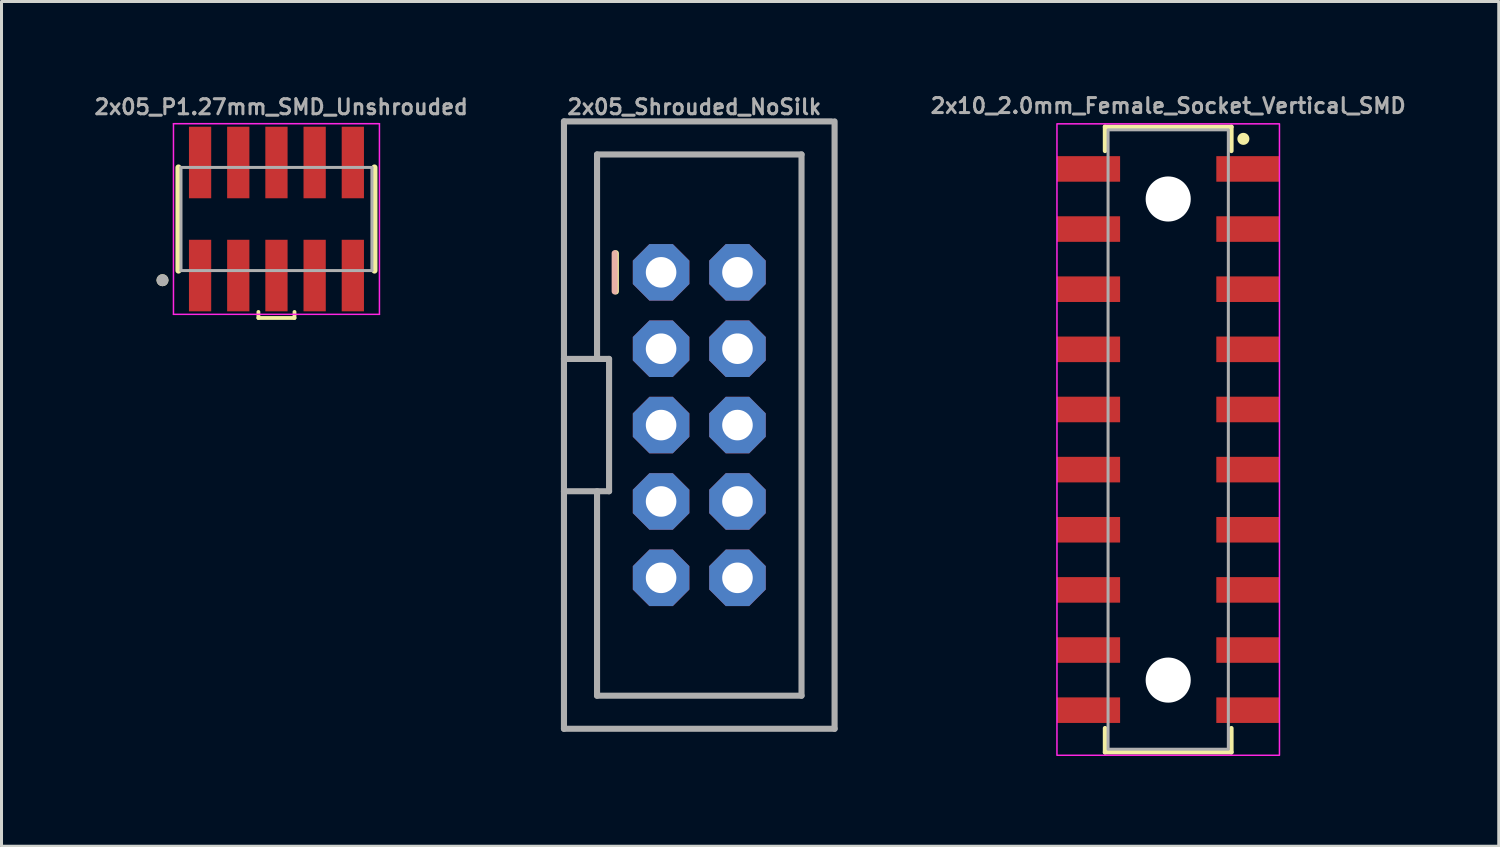
<source format=kicad_pcb>
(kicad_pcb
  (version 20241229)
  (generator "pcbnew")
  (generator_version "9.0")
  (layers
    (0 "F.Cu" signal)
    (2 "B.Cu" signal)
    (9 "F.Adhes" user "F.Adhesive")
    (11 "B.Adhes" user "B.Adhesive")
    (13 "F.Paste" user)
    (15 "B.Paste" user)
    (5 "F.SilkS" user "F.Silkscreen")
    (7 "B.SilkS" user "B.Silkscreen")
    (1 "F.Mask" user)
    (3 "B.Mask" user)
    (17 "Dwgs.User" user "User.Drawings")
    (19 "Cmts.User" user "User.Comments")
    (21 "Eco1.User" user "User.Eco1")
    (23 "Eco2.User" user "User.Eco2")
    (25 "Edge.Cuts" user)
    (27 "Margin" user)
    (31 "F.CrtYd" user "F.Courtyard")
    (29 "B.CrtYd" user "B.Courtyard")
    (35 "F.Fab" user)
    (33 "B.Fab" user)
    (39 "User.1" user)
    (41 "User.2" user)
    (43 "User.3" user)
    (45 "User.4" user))
  (footprint "2x10_2.0mm_Female_Socket_Vertical_SMD"
    (layer "F.Cu")
    (at 35.801 11.568)
    (property "Reference" "2x10_2.0mm_Female_Socket_Vertical_SMD" (at 0 -11.1 0) (unlocked yes) (layer "F.Fab") (effects (font (size 0.5 0.5) (thickness 0.1))))
    (attr smd)
    (fp_line (start -2.1 -10.4) (end 2.1 -10.4) (stroke (width 0.15) (type default)) (layer "F.SilkS"))
    (fp_line (start -2.1 -9.6) (end -2.1 -10.4) (stroke (width 0.15) (type default)) (layer "F.SilkS"))
    (fp_line (start -2.1 10.4) (end -2.1 9.6) (stroke (width 0.15) (type default)) (layer "F.SilkS"))
    (fp_line (start 2.1 -10.4) (end 2.1 -9.6) (stroke (width 0.15) (type default)) (layer "F.SilkS"))
    (fp_line (start 2.1 9.6) (end 2.1 10.4) (stroke (width 0.15) (type default)) (layer "F.SilkS"))
    (fp_line (start 2.1 10.4) (end -2.1 10.4) (stroke (width 0.15) (type default)) (layer "F.SilkS"))
    (fp_circle (center 2.5 -10) (end 2.6 -10) (stroke (width 0.2) (type solid)) (fill yes) (layer "F.SilkS"))
    (fp_rect (start -3.7 -10.5) (end 3.7 10.5) (stroke (width 0.05) (type default)) (fill no) (layer "F.CrtYd"))
    (fp_rect (start -2 -10.3) (end 2 10.3) (stroke (width 0.1) (type default)) (fill no) (layer "F.Fab"))
    (pad "" np_thru_hole circle (at 0 -8) (size 1.5 1.5) (drill 1.5) (layers "*.Cu" "*.Mask"))
    (pad "" np_thru_hole circle (at 0 8) (size 1.5 1.5) (drill 1.5) (layers "*.Cu" "*.Mask"))
    (pad "1" smd rect (at 2.65 -9) (size 2.1 0.85) (layers "F.Cu" "F.Mask" "F.Paste"))
    (pad "2" smd rect (at -2.65 -9) (size 2.1 0.85) (layers "F.Cu" "F.Mask" "F.Paste"))
    (pad "3" smd rect (at 2.65 -7) (size 2.1 0.85) (layers "F.Cu" "F.Mask" "F.Paste"))
    (pad "4" smd rect (at -2.65 -7) (size 2.1 0.85) (layers "F.Cu" "F.Mask" "F.Paste"))
    (pad "5" smd rect (at 2.65 -5) (size 2.1 0.85) (layers "F.Cu" "F.Mask" "F.Paste"))
    (pad "6" smd rect (at -2.65 -5) (size 2.1 0.85) (layers "F.Cu" "F.Mask" "F.Paste"))
    (pad "7" smd rect (at 2.65 -3) (size 2.1 0.85) (layers "F.Cu" "F.Mask" "F.Paste"))
    (pad "8" smd rect (at -2.65 -3) (size 2.1 0.85) (layers "F.Cu" "F.Mask" "F.Paste"))
    (pad "9" smd rect (at 2.65 -1) (size 2.1 0.85) (layers "F.Cu" "F.Mask" "F.Paste"))
    (pad "10" smd rect (at -2.65 -1) (size 2.1 0.85) (layers "F.Cu" "F.Mask" "F.Paste"))
    (pad "11" smd rect (at 2.65 1) (size 2.1 0.85) (layers "F.Cu" "F.Mask" "F.Paste"))
    (pad "12" smd rect (at -2.65 1) (size 2.1 0.85) (layers "F.Cu" "F.Mask" "F.Paste"))
    (pad "13" smd rect (at 2.65 3) (size 2.1 0.85) (layers "F.Cu" "F.Mask" "F.Paste"))
    (pad "14" smd rect (at -2.65 3) (size 2.1 0.85) (layers "F.Cu" "F.Mask" "F.Paste"))
    (pad "15" smd rect (at 2.65 5) (size 2.1 0.85) (layers "F.Cu" "F.Mask" "F.Paste"))
    (pad "16" smd rect (at -2.65 5) (size 2.1 0.85) (layers "F.Cu" "F.Mask" "F.Paste"))
    (pad "17" smd rect (at 2.65 7) (size 2.1 0.85) (layers "F.Cu" "F.Mask" "F.Paste"))
    (pad "18" smd rect (at -2.65 7) (size 2.1 0.85) (layers "F.Cu" "F.Mask" "F.Paste"))
    (pad "19" smd rect (at 2.65 9) (size 2.1 0.85) (layers "F.Cu" "F.Mask" "F.Paste"))
    (pad "20" smd rect (at -2.65 9) (size 2.1 0.85) (layers "F.Cu" "F.Mask" "F.Paste")))
  (footprint "2x05_P1.27mm_SMD_Unshrouded"
    (layer "F.Cu")
    (at 6.144 4.234)
    (property "Reference" "2x05_P1.27mm_SMD_Unshrouded" (at 0.158 -3.434 0) (unlocked yes) (layer "F.Fab") (effects (font (size 0.5 0.5) (thickness 0.1) (bold yes)) (justify bottom)))
    (attr smd)
    (fp_line (start -3.26 -1.715) (end -3.26 1.715) (stroke (width 0.2) (type solid)) (layer "F.SilkS"))
    (fp_line (start -0.6 3.09) (end -0.6 3.29) (stroke (width 0.127) (type solid)) (layer "F.SilkS"))
    (fp_line (start -0.6 3.29) (end 0.6 3.29) (stroke (width 0.127) (type solid)) (layer "F.SilkS"))
    (fp_line (start 0.6 3.29) (end 0.6 3.09) (stroke (width 0.127) (type solid)) (layer "F.SilkS"))
    (fp_line (start 3.26 1.715) (end 3.26 -1.715) (stroke (width 0.2) (type solid)) (layer "F.SilkS"))
    (fp_circle (center -3.79 2.035) (end -3.69 2.035) (stroke (width 0.2) (type solid)) (fill no) (layer "F.SilkS"))
    (fp_line (start -3.425 -3.17) (end 3.425 -3.17) (stroke (width 0.05) (type solid)) (layer "F.CrtYd"))
    (fp_line (start -3.425 3.17) (end -3.425 -3.17) (stroke (width 0.05) (type solid)) (layer "F.CrtYd"))
    (fp_line (start 3.425 -3.17) (end 3.425 3.17) (stroke (width 0.05) (type solid)) (layer "F.CrtYd"))
    (fp_line (start 3.425 3.17) (end -3.425 3.17) (stroke (width 0.05) (type solid)) (layer "F.CrtYd"))
    (fp_line (start -3.175 1.715) (end -3.175 -1.715) (stroke (width 0.1) (type solid)) (layer "F.Fab"))
    (fp_line (start -3.175 1.715) (end 3.175 1.715) (stroke (width 0.1) (type solid)) (layer "F.Fab"))
    (fp_line (start 3.175 -1.715) (end -3.175 -1.715) (stroke (width 0.1) (type solid)) (layer "F.Fab"))
    (fp_line (start 3.175 1.715) (end 3.175 -1.715) (stroke (width 0.1) (type solid)) (layer "F.Fab"))
    (fp_circle (center -3.79 2.035) (end -3.69 2.035) (stroke (width 0.2) (type solid)) (fill no) (layer "F.Fab"))
    (pad "1" smd rect (at -2.54 1.88) (size 0.74 2.38) (layers "F.Cu" "F.Mask" "F.Paste"))
    (pad "2" smd rect (at -2.54 -1.88) (size 0.74 2.38) (layers "F.Cu" "F.Mask" "F.Paste"))
    (pad "3" smd rect (at -1.27 1.88) (size 0.74 2.38) (layers "F.Cu" "F.Mask" "F.Paste"))
    (pad "4" smd rect (at -1.27 -1.88) (size 0.74 2.38) (layers "F.Cu" "F.Mask" "F.Paste"))
    (pad "5" smd rect (at 0 1.88) (size 0.74 2.38) (layers "F.Cu" "F.Mask" "F.Paste"))
    (pad "6" smd rect (at 0 -1.88) (size 0.74 2.38) (layers "F.Cu" "F.Mask" "F.Paste"))
    (pad "7" smd rect (at 1.27 1.88) (size 0.74 2.38) (layers "F.Cu" "F.Mask" "F.Paste"))
    (pad "8" smd rect (at 1.27 -1.88) (size 0.74 2.38) (layers "F.Cu" "F.Mask" "F.Paste"))
    (pad "9" smd rect (at 2.54 1.88) (size 0.74 2.38) (layers "F.Cu" "F.Mask" "F.Paste"))
    (pad "10" smd rect (at 2.54 -1.88) (size 0.74 2.38) (layers "F.Cu" "F.Mask" "F.Paste")))
  (footprint "2x05_Shrouded_NoSilk"
    (layer "F.Cu")
    (at 20.206 11.087)
    (property "Reference" "2x05_Shrouded_NoSilk" (at -4.445 -10.287 0) (layer "F.Fab") (effects (font (size 0.5 0.5) (thickness 0.1)) (justify left bottom)))
    (attr through_hole)
    (fp_line (start -2.775 -5.715) (end -2.775 -4.445) (stroke (width 0.203) (type solid)) (layer "F.SilkS"))
    (fp_line (start -2.813 -5.715) (end -2.813 -4.445) (stroke (width 0.203) (type solid)) (layer "B.SilkS"))
    (fp_line (start -4.5 -10.1) (end 4.4 -10.1) (stroke (width 0.203) (type solid)) (layer "F.Fab"))
    (fp_line (start -4.5 -2.2) (end -4.5 -10.1) (stroke (width 0.203) (type solid)) (layer "F.Fab"))
    (fp_line (start -4.5 -2.2) (end -3 -2.2) (stroke (width 0.203) (type solid)) (layer "F.Fab"))
    (fp_line (start -4.5 2.2) (end -4.5 -2.2) (stroke (width 0.203) (type solid)) (layer "F.Fab"))
    (fp_line (start -4.5 10.1) (end -4.5 2.2) (stroke (width 0.203) (type solid)) (layer "F.Fab"))
    (fp_line (start -3.4 -9) (end -3.4 -2.2) (stroke (width 0.203) (type solid)) (layer "F.Fab"))
    (fp_line (start -3.4 -9) (end 3.4 -9) (stroke (width 0.203) (type solid)) (layer "F.Fab"))
    (fp_line (start -3.4 9) (end -3.4 2.2) (stroke (width 0.203) (type solid)) (layer "F.Fab"))
    (fp_line (start -3.4 9) (end 3.4 9) (stroke (width 0.203) (type solid)) (layer "F.Fab"))
    (fp_line (start -3 -2.2) (end -3 2.2) (stroke (width 0.203) (type solid)) (layer "F.Fab"))
    (fp_line (start -3 2.2) (end -4.5 2.2) (stroke (width 0.203) (type solid)) (layer "F.Fab"))
    (fp_line (start 3.4 -9) (end 3.4 9) (stroke (width 0.203) (type solid)) (layer "F.Fab"))
    (fp_line (start 4.5 -10.1) (end 4.5 10.1) (stroke (width 0.203) (type solid)) (layer "F.Fab"))
    (fp_line (start 4.5 10.1) (end -4.5 10.1) (stroke (width 0.203) (type solid)) (layer "F.Fab"))
    (fp_poly (pts (xy -1.524 -4.826) (xy -1.016 -4.826) (xy -1.016 -5.334) (xy -1.524 -5.334)) (stroke (width 0.1) (type default)) (fill no) (layer "F.Fab"))
    (fp_poly (pts (xy -1.524 -2.286) (xy -1.016 -2.286) (xy -1.016 -2.794) (xy -1.524 -2.794)) (stroke (width 0.1) (type default)) (fill no) (layer "F.Fab"))
    (fp_poly (pts (xy -1.524 0.254) (xy -1.016 0.254) (xy -1.016 -0.254) (xy -1.524 -0.254)) (stroke (width 0.1) (type default)) (fill no) (layer "F.Fab"))
    (fp_poly (pts (xy -1.524 2.794) (xy -1.016 2.794) (xy -1.016 2.286) (xy -1.524 2.286)) (stroke (width 0.1) (type default)) (fill no) (layer "F.Fab"))
    (fp_poly (pts (xy -1.524 2.794) (xy -1.016 2.794) (xy -1.016 2.286) (xy -1.524 2.286)) (stroke (width 0.1) (type default)) (fill no) (layer "F.Fab"))
    (fp_poly (pts (xy -1.524 5.334) (xy -1.016 5.334) (xy -1.016 4.826) (xy -1.524 4.826)) (stroke (width 0.1) (type default)) (fill no) (layer "F.Fab"))
    (fp_poly (pts (xy 1.016 -4.826) (xy 1.524 -4.826) (xy 1.524 -5.334) (xy 1.016 -5.334)) (stroke (width 0.1) (type default)) (fill no) (layer "F.Fab"))
    (fp_poly (pts (xy 1.016 -2.286) (xy 1.524 -2.286) (xy 1.524 -2.794) (xy 1.016 -2.794)) (stroke (width 0.1) (type default)) (fill no) (layer "F.Fab"))
    (fp_poly (pts (xy 1.016 0.254) (xy 1.524 0.254) (xy 1.524 -0.254) (xy 1.016 -0.254)) (stroke (width 0.1) (type default)) (fill no) (layer "F.Fab"))
    (fp_poly (pts (xy 1.016 2.794) (xy 1.524 2.794) (xy 1.524 2.286) (xy 1.016 2.286)) (stroke (width 0.1) (type default)) (fill no) (layer "F.Fab"))
    (fp_poly (pts (xy 1.016 2.794) (xy 1.524 2.794) (xy 1.524 2.286) (xy 1.016 2.286)) (stroke (width 0.1) (type default)) (fill no) (layer "F.Fab"))
    (fp_poly (pts (xy 1.016 5.334) (xy 1.524 5.334) (xy 1.524 4.826) (xy 1.016 4.826)) (stroke (width 0.1) (type default)) (fill no) (layer "F.Fab"))
    (pad "1" thru_hole roundrect (at -1.27 -5.08 270) (size 1.88 1.88) (drill 1.016) (layers "*.Cu" "*.Mask") (roundrect_rratio 0.25) (chamfer_ratio 0.293) (chamfer top_left top_right bottom_left bottom_right))
    (pad "2" thru_hole roundrect (at 1.27 -5.08 270) (size 1.88 1.88) (drill 1.016) (layers "*.Cu" "*.Mask") (roundrect_rratio 0.25) (chamfer_ratio 0.293) (chamfer top_left top_right bottom_left bottom_right))
    (pad "3" thru_hole roundrect (at -1.27 -2.54 270) (size 1.88 1.88) (drill 1.016) (layers "*.Cu" "*.Mask") (roundrect_rratio 0.25) (chamfer_ratio 0.293) (chamfer top_left top_right bottom_left bottom_right))
    (pad "4" thru_hole roundrect (at 1.27 -2.54 270) (size 1.88 1.88) (drill 1.016) (layers "*.Cu" "*.Mask") (roundrect_rratio 0.25) (chamfer_ratio 0.293) (chamfer top_left top_right bottom_left bottom_right))
    (pad "5" thru_hole roundrect (at -1.27 0 270) (size 1.88 1.88) (drill 1.016) (layers "*.Cu" "*.Mask") (roundrect_rratio 0.25) (chamfer_ratio 0.293) (chamfer top_left top_right bottom_left bottom_right))
    (pad "6" thru_hole roundrect (at 1.27 0 270) (size 1.88 1.88) (drill 1.016) (layers "*.Cu" "*.Mask") (roundrect_rratio 0.25) (chamfer_ratio 0.293) (chamfer top_left top_right bottom_left bottom_right))
    (pad "7" thru_hole roundrect (at -1.27 2.54 270) (size 1.88 1.88) (drill 1.016) (layers "*.Cu" "*.Mask") (roundrect_rratio 0.25) (chamfer_ratio 0.293) (chamfer top_left top_right bottom_left bottom_right))
    (pad "8" thru_hole roundrect (at 1.27 2.54 270) (size 1.88 1.88) (drill 1.016) (layers "*.Cu" "*.Mask") (roundrect_rratio 0.25) (chamfer_ratio 0.293) (chamfer top_left top_right bottom_left bottom_right))
    (pad "9" thru_hole roundrect (at -1.27 5.08 270) (size 1.88 1.88) (drill 1.016) (layers "*.Cu" "*.Mask") (roundrect_rratio 0.25) (chamfer_ratio 0.293) (chamfer top_left top_right bottom_left bottom_right))
    (pad "10" thru_hole roundrect (at 1.27 5.08 270) (size 1.88 1.88) (drill 1.016) (layers "*.Cu" "*.Mask") (roundrect_rratio 0.25) (chamfer_ratio 0.293) (chamfer top_left top_right bottom_left bottom_right)))
  (gr_rect
    (start -3 -3)
    (end 46.794 25.093)
    (stroke (width 0.1) (type default))
    (fill no)
    (layer "Edge.Cuts")))
</source>
